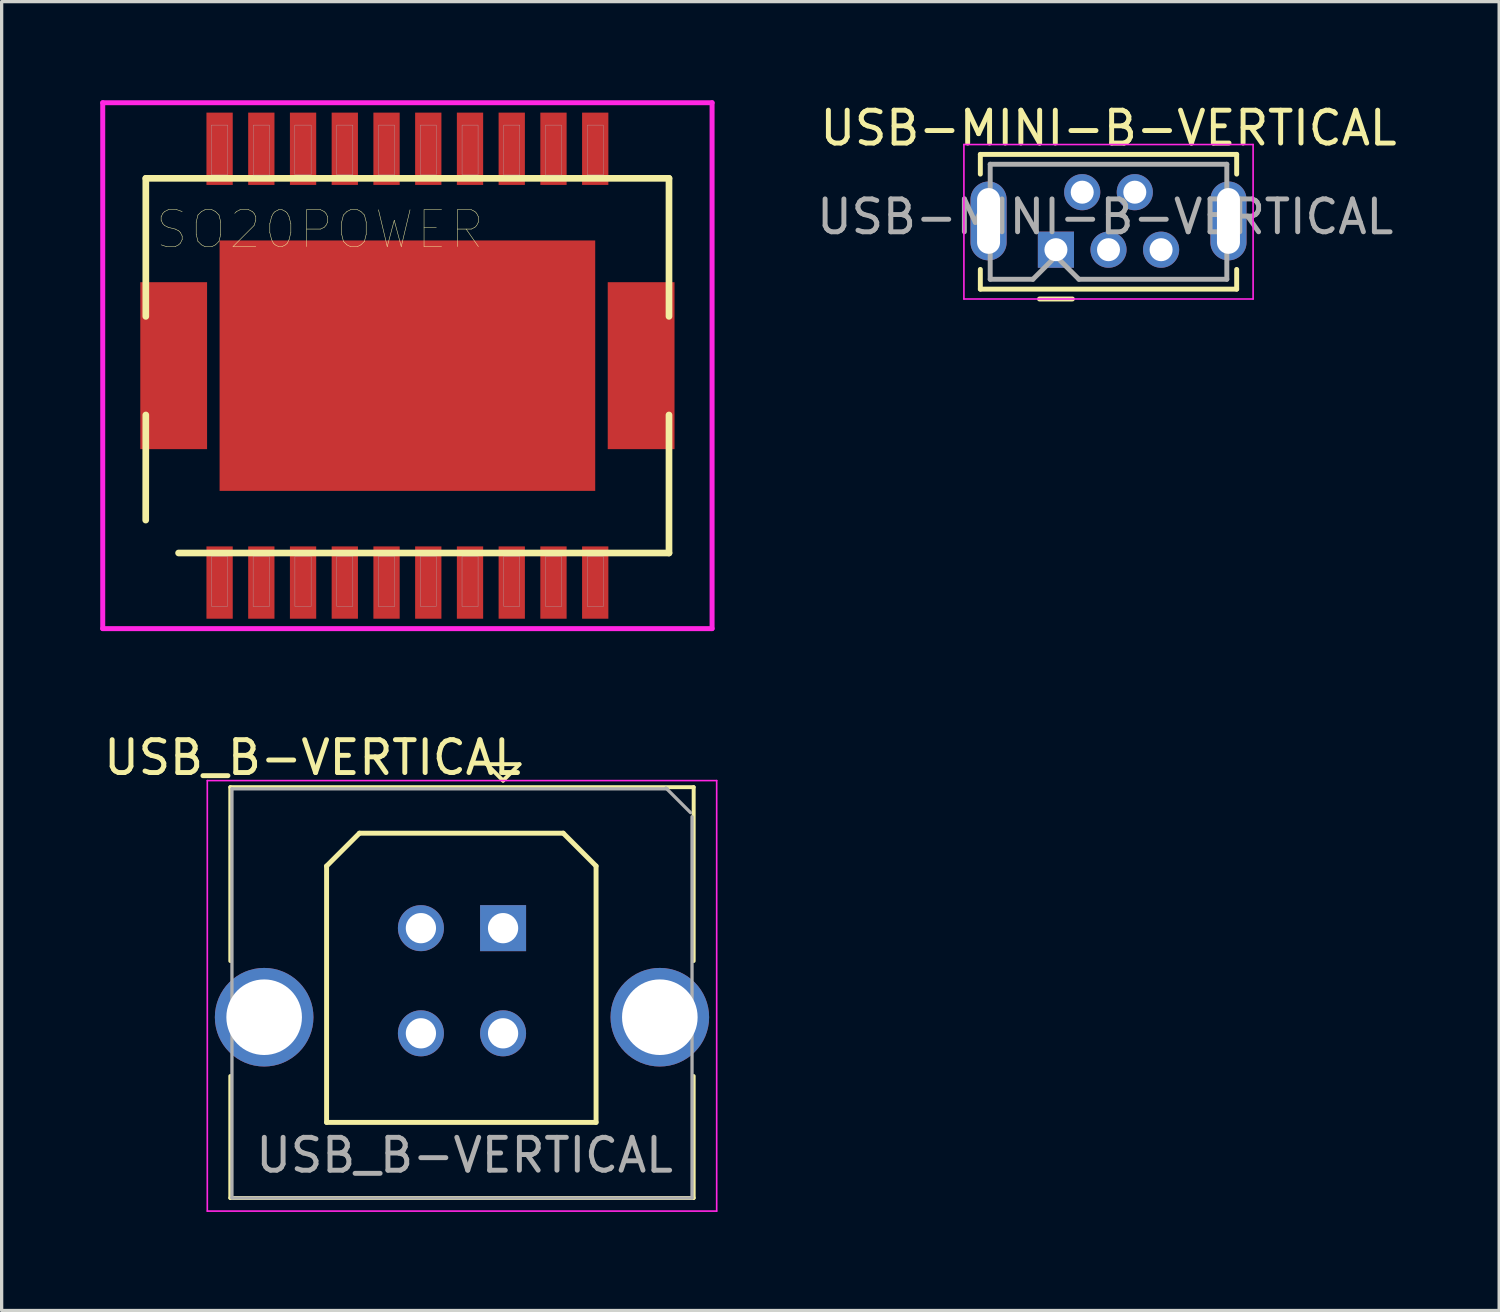
<source format=kicad_pcb>
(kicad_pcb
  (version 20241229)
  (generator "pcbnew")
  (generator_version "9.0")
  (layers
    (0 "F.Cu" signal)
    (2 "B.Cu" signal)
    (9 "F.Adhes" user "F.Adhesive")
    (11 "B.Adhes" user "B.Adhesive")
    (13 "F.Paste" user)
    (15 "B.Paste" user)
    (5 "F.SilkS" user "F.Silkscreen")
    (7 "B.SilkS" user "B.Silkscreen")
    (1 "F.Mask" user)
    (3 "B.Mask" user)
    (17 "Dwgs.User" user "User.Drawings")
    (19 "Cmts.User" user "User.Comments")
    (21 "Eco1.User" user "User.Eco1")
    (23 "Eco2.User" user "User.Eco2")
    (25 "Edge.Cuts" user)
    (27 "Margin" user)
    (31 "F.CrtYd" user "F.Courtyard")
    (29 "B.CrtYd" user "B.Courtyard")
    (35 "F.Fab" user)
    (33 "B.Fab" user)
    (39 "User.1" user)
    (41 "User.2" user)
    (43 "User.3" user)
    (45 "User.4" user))
  (footprint "USB_B-VERTICAL"
    (layer "F.Cu")
    (at 10.988 27.903)
    (property "Reference" "USB_B-VERTICAL" (at -4.53 -7.9 0) (layer "F.SilkS") (effects (font (size 1 1) (thickness 0.15))))
    (attr through_hole)
    (fp_line (start -7.03 -7) (end 7.07 -7) (stroke (width 0.12) (type solid)) (layer "F.SilkS"))
    (fp_line (start -7.03 -1.71) (end -7.03 -7) (stroke (width 0.12) (type solid)) (layer "F.SilkS"))
    (fp_line (start -7.03 5.5) (end -7.03 1.79) (stroke (width 0.12) (type solid)) (layer "F.SilkS"))
    (fp_line (start -4.1 -4.6) (end -4.1 3.2) (stroke (width 0.15) (type solid)) (layer "F.SilkS"))
    (fp_line (start -4.1 3.2) (end 4.1 3.2) (stroke (width 0.15) (type solid)) (layer "F.SilkS"))
    (fp_line (start -3.1 -5.6) (end -4.1 -4.6) (stroke (width 0.15) (type solid)) (layer "F.SilkS"))
    (fp_line (start 0.77 -7.7) (end 1.27 -7.2) (stroke (width 0.12) (type solid)) (layer "F.SilkS"))
    (fp_line (start 1.27 -7.2) (end 1.77 -7.7) (stroke (width 0.12) (type solid)) (layer "F.SilkS"))
    (fp_line (start 1.77 -7.7) (end 0.77 -7.7) (stroke (width 0.12) (type solid)) (layer "F.SilkS"))
    (fp_line (start 3.1 -5.6) (end -3.1 -5.6) (stroke (width 0.15) (type solid)) (layer "F.SilkS"))
    (fp_line (start 4.1 -4.6) (end 3.1 -5.6) (stroke (width 0.15) (type solid)) (layer "F.SilkS"))
    (fp_line (start 4.1 3.2) (end 4.1 -4.6) (stroke (width 0.15) (type solid)) (layer "F.SilkS"))
    (fp_line (start 7.07 -7) (end 7.07 -1.71) (stroke (width 0.12) (type solid)) (layer "F.SilkS"))
    (fp_line (start 7.07 1.79) (end 7.07 5.5) (stroke (width 0.12) (type solid)) (layer "F.SilkS"))
    (fp_line (start 7.07 5.5) (end -7.03 5.5) (stroke (width 0.12) (type solid)) (layer "F.SilkS"))
    (fp_line (start -7.73 -7.2) (end -7.73 5.9) (stroke (width 0.05) (type solid)) (layer "F.CrtYd"))
    (fp_line (start -7.73 -7.2) (end 7.77 -7.2) (stroke (width 0.05) (type solid)) (layer "F.CrtYd"))
    (fp_line (start 7.77 5.9) (end -7.73 5.9) (stroke (width 0.05) (type solid)) (layer "F.CrtYd"))
    (fp_line (start 7.77 5.9) (end 7.77 -7.2) (stroke (width 0.05) (type solid)) (layer "F.CrtYd"))
    (fp_line (start -6.98 -6.95) (end 6.27 -6.95) (stroke (width 0.1) (type solid)) (layer "F.Fab"))
    (fp_line (start -6.98 5.5) (end -6.98 -6.95) (stroke (width 0.1) (type solid)) (layer "F.Fab"))
    (fp_line (start 6.225 -6.975) (end 6.975 -6.225) (stroke (width 0.1) (type solid)) (layer "F.Fab"))
    (fp_line (start 7.02 -6.1) (end 7.02 5.5) (stroke (width 0.1) (type solid)) (layer "F.Fab"))
    (fp_line (start 7.02 5.5) (end -6.98 5.5) (stroke (width 0.1) (type solid)) (layer "F.Fab"))
    (fp_text user "${REFERENCE}" (at 0.1 4.2 0) (layer "F.Fab") (effects (font (size 1 1) (thickness 0.15))))
    (pad "1" thru_hole rect (at 1.27 -2.71) (size 1.4 1.4) (drill 0.92) (layers "*.Cu" "*.Mask"))
    (pad "2" thru_hole circle (at -1.23 -2.71) (size 1.4 1.4) (drill 0.92) (layers "*.Cu" "*.Mask"))
    (pad "3" thru_hole circle (at -1.23 0.49) (size 1.4 1.4) (drill 0.92) (layers "*.Cu" "*.Mask"))
    (pad "4" thru_hole circle (at 1.27 0.49) (size 1.4 1.4) (drill 0.92) (layers "*.Cu" "*.Mask"))
    (pad "5" thru_hole circle (at -6 0) (size 3 3) (drill 2.3) (layers "*.Cu" "*.Mask"))
    (pad "5" thru_hole circle (at 6.04 0) (size 3 3) (drill 2.3) (layers "*.Cu" "*.Mask")))
  (footprint "USB-MINI-B-VERTICAL"
    (layer "F.Cu")
    (at 30.681 3.673)
    (property "Reference" "USB-MINI-B-VERTICAL" (at 0 -2.825 0) (layer "F.SilkS") (effects (font (size 1 1) (thickness 0.15))))
    (attr through_hole)
    (fp_line (start -3.9 -2.025) (end 3.9 -2.025) (stroke (width 0.15) (type solid)) (layer "F.SilkS"))
    (fp_line (start -3.9 -1.425) (end -3.9 -2.025) (stroke (width 0.15) (type solid)) (layer "F.SilkS"))
    (fp_line (start -3.9 1.475) (end -3.9 2.075) (stroke (width 0.15) (type solid)) (layer "F.SilkS"))
    (fp_line (start -3.9 2.075) (end 3.9 2.075) (stroke (width 0.15) (type solid)) (layer "F.SilkS"))
    (fp_line (start -2.1 2.375) (end -1.1 2.375) (stroke (width 0.15) (type solid)) (layer "F.SilkS"))
    (fp_line (start 3.9 -2.025) (end 3.9 -1.425) (stroke (width 0.15) (type solid)) (layer "F.SilkS"))
    (fp_line (start 3.9 2.075) (end 3.9 1.475) (stroke (width 0.15) (type solid)) (layer "F.SilkS"))
    (fp_line (start -4.4 -2.325) (end -4.4 2.375) (stroke (width 0.05) (type solid)) (layer "F.CrtYd"))
    (fp_line (start -4.4 2.375) (end 4.4 2.375) (stroke (width 0.05) (type solid)) (layer "F.CrtYd"))
    (fp_line (start 4.4 -2.325) (end -4.4 -2.325) (stroke (width 0.05) (type solid)) (layer "F.CrtYd"))
    (fp_line (start 4.4 2.375) (end 4.4 -2.325) (stroke (width 0.05) (type solid)) (layer "F.CrtYd"))
    (fp_line (start -3.6 1.775) (end -3.6 -1.725) (stroke (width 0.15) (type solid)) (layer "F.Fab"))
    (fp_line (start -3.6 1.775) (end -2.3 1.775) (stroke (width 0.15) (type solid)) (layer "F.Fab"))
    (fp_line (start -2.3 1.775) (end -1.6 1.075) (stroke (width 0.15) (type solid)) (layer "F.Fab"))
    (fp_line (start -1.6 1.075) (end -0.9 1.775) (stroke (width 0.15) (type solid)) (layer "F.Fab"))
    (fp_line (start -0.9 1.775) (end 3.6 1.775) (stroke (width 0.15) (type solid)) (layer "F.Fab"))
    (fp_line (start 3.6 -1.725) (end -3.6 -1.725) (stroke (width 0.15) (type solid)) (layer "F.Fab"))
    (fp_line (start 3.6 -1.725) (end 3.6 1.775) (stroke (width 0.15) (type solid)) (layer "F.Fab"))
    (fp_text user "${REFERENCE}" (at -0.1 -0.125 0) (layer "F.Fab") (effects (font (size 1 1) (thickness 0.15))))
    (pad "1" thru_hole rect (at -1.6 0.875) (size 1.1 1.1) (drill 0.7) (layers "*.Cu" "*.Mask"))
    (pad "2" thru_hole circle (at -0.8 -0.875) (size 1.1 1.1) (drill 0.7) (layers "*.Cu" "*.Mask"))
    (pad "3" thru_hole circle (at 0 0.875) (size 1.1 1.1) (drill 0.7) (layers "*.Cu" "*.Mask"))
    (pad "4" thru_hole circle (at 0.8 -0.875) (size 1.1 1.1) (drill 0.7) (layers "*.Cu" "*.Mask"))
    (pad "5" thru_hole circle (at 1.6 0.875) (size 1.1 1.1) (drill 0.7) (layers "*.Cu" "*.Mask"))
    (pad "6" thru_hole oval (at -3.65 0) (size 1.1 2.4) (drill oval 0.7 2) (layers "*.Cu" "*.Mask"))
    (pad "6" thru_hole oval (at 3.65 0) (size 1.1 2.4) (drill oval 0.7 2) (layers "*.Cu" "*.Mask")))
  (footprint "SO20POWER"
    (layer "F.Cu")
    (at 9.347 8.077)
    (property "Reference" "SO20POWER" (at -2.667 -4.141 0) (layer "F.SilkS") (effects (font (size 1.12 1.12) (thickness 0.015))))
    (attr through_hole)
    (fp_poly (pts (xy -6.108 -2.642) (xy -5.69 -2.642) (xy -5.69 2.647) (xy -6.108 2.647)) (stroke (width 0.01) (type solid)) (fill yes) (layer "F.Mask"))
    (fp_poly (pts (xy 5.695 -2.642) (xy 6.096 -2.642) (xy 6.096 2.644) (xy 5.695 2.644)) (stroke (width 0.01) (type solid)) (fill yes) (layer "F.Mask"))
    (fp_line (start -7.963 4.699) (end -7.96 1.5) (stroke (width 0.203) (type solid)) (layer "F.SilkS"))
    (fp_line (start -7.96 -5.7) (end 7.96 -5.7) (stroke (width 0.203) (type solid)) (layer "F.SilkS"))
    (fp_line (start -7.96 -1.5) (end -7.96 -5.7) (stroke (width 0.203) (type solid)) (layer "F.SilkS"))
    (fp_line (start 7.96 -5.7) (end 7.96 -1.5) (stroke (width 0.203) (type solid)) (layer "F.SilkS"))
    (fp_line (start 7.96 1.5) (end 7.96 5.7) (stroke (width 0.203) (type solid)) (layer "F.SilkS"))
    (fp_line (start 7.96 5.7) (end -6.963 5.7) (stroke (width 0.203) (type solid)) (layer "F.SilkS"))
    (fp_line (start -9.271 -8.001) (end 9.271 -8.001) (stroke (width 0.152) (type solid)) (layer "F.CrtYd"))
    (fp_line (start -9.271 8.001) (end -9.271 -8.001) (stroke (width 0.152) (type solid)) (layer "F.CrtYd"))
    (fp_line (start 9.271 -8.001) (end 9.271 8.001) (stroke (width 0.152) (type solid)) (layer "F.CrtYd"))
    (fp_line (start 9.271 8.001) (end -9.271 8.001) (stroke (width 0.152) (type solid)) (layer "F.CrtYd"))
    (fp_poly (pts (xy -5.969 -7.32) (xy -5.47 -7.32) (xy -5.47 -5.808) (xy -5.969 -5.808)) (stroke (width 0.01) (type solid)) (fill no) (layer "F.Fab"))
    (fp_poly (pts (xy -5.962 5.8) (xy -5.47 5.8) (xy -5.47 7.322) (xy -5.962 7.322)) (stroke (width 0.01) (type solid)) (fill no) (layer "F.Fab"))
    (fp_poly (pts (xy -4.695 5.8) (xy -4.2 5.8) (xy -4.2 7.328) (xy -4.695 7.328)) (stroke (width 0.01) (type solid)) (fill no) (layer "F.Fab"))
    (fp_poly (pts (xy -4.691 -7.32) (xy -4.2 -7.32) (xy -4.2 -5.801) (xy -4.691 -5.801)) (stroke (width 0.01) (type solid)) (fill no) (layer "F.Fab"))
    (fp_poly (pts (xy -3.425 -7.32) (xy -2.93 -7.32) (xy -2.93 -5.809) (xy -3.425 -5.809)) (stroke (width 0.01) (type solid)) (fill no) (layer "F.Fab"))
    (fp_poly (pts (xy -3.423 5.8) (xy -2.93 5.8) (xy -2.93 7.326) (xy -3.423 7.326)) (stroke (width 0.01) (type solid)) (fill no) (layer "F.Fab"))
    (fp_poly (pts (xy -2.153 -7.32) (xy -1.66 -7.32) (xy -1.66 -5.809) (xy -2.153 -5.809)) (stroke (width 0.01) (type solid)) (fill no) (layer "F.Fab"))
    (fp_poly (pts (xy -2.151 5.8) (xy -1.66 5.8) (xy -1.66 7.322) (xy -2.151 7.322)) (stroke (width 0.01) (type solid)) (fill no) (layer "F.Fab"))
    (fp_poly (pts (xy -0.882 5.8) (xy -0.39 5.8) (xy -0.39 7.332) (xy -0.882 7.332)) (stroke (width 0.01) (type solid)) (fill no) (layer "F.Fab"))
    (fp_poly (pts (xy -0.881 -7.32) (xy -0.39 -7.32) (xy -0.39 -5.804) (xy -0.881 -5.804)) (stroke (width 0.01) (type solid)) (fill no) (layer "F.Fab"))
    (fp_poly (pts (xy 0.39 5.8) (xy 0.88 5.8) (xy 0.88 7.321) (xy 0.39 7.321)) (stroke (width 0.01) (type solid)) (fill no) (layer "F.Fab"))
    (fp_poly (pts (xy 0.391 -7.32) (xy 0.88 -7.32) (xy 0.88 -5.81) (xy 0.391 -5.81)) (stroke (width 0.01) (type solid)) (fill no) (layer "F.Fab"))
    (fp_poly (pts (xy 1.662 5.8) (xy 2.15 5.8) (xy 2.15 7.328) (xy 1.662 7.328)) (stroke (width 0.01) (type solid)) (fill no) (layer "F.Fab"))
    (fp_poly (pts (xy 1.663 -7.32) (xy 2.15 -7.32) (xy 2.15 -5.81) (xy 1.663 -5.81)) (stroke (width 0.01) (type solid)) (fill no) (layer "F.Fab"))
    (fp_poly (pts (xy 2.931 -7.32) (xy 3.42 -7.32) (xy 3.42 -5.802) (xy 2.931 -5.802)) (stroke (width 0.01) (type solid)) (fill no) (layer "F.Fab"))
    (fp_poly (pts (xy 2.931 5.8) (xy 3.42 5.8) (xy 3.42 7.323) (xy 2.931 7.323)) (stroke (width 0.01) (type solid)) (fill no) (layer "F.Fab"))
    (fp_poly (pts (xy 4.2 -7.32) (xy 4.69 -7.32) (xy 4.69 -5.8) (xy 4.2 -5.8)) (stroke (width 0.01) (type solid)) (fill no) (layer "F.Fab"))
    (fp_poly (pts (xy 4.206 5.8) (xy 4.69 5.8) (xy 4.69 7.33) (xy 4.206 7.33)) (stroke (width 0.01) (type solid)) (fill no) (layer "F.Fab"))
    (fp_poly (pts (xy 5.473 -7.32) (xy 5.96 -7.32) (xy 5.96 -5.804) (xy 5.473 -5.804)) (stroke (width 0.01) (type solid)) (fill no) (layer "F.Fab"))
    (fp_poly (pts (xy 5.478 5.8) (xy 5.96 5.8) (xy 5.96 7.331) (xy 5.478 7.331)) (stroke (width 0.01) (type solid)) (fill no) (layer "F.Fab"))
    (pad "1" smd rect (at -5.715 6.6) (size 0.8 2.2) (layers "F.Cu" "F.Mask" "F.Paste"))
    (pad "2" smd rect (at -4.445 6.6) (size 0.8 2.2) (layers "F.Cu" "F.Mask" "F.Paste"))
    (pad "3" smd rect (at -3.175 6.6) (size 0.8 2.2) (layers "F.Cu" "F.Mask" "F.Paste"))
    (pad "4" smd rect (at -1.905 6.6) (size 0.8 2.2) (layers "F.Cu" "F.Mask" "F.Paste"))
    (pad "5" smd rect (at -0.635 6.6) (size 0.8 2.2) (layers "F.Cu" "F.Mask" "F.Paste"))
    (pad "6" smd rect (at 0.635 6.6) (size 0.8 2.2) (layers "F.Cu" "F.Mask" "F.Paste"))
    (pad "7" smd rect (at 1.905 6.6) (size 0.8 2.2) (layers "F.Cu" "F.Mask" "F.Paste"))
    (pad "8" smd rect (at 3.175 6.6) (size 0.8 2.2) (layers "F.Cu" "F.Mask" "F.Paste"))
    (pad "9" smd rect (at 4.445 6.6) (size 0.8 2.2) (layers "F.Cu" "F.Mask" "F.Paste"))
    (pad "10" smd rect (at 5.715 6.6) (size 0.8 2.2) (layers "F.Cu" "F.Mask" "F.Paste"))
    (pad "11" smd rect (at 5.715 -6.6) (size 0.8 2.2) (layers "F.Cu" "F.Mask" "F.Paste"))
    (pad "12" smd rect (at 4.445 -6.6) (size 0.8 2.2) (layers "F.Cu" "F.Mask" "F.Paste"))
    (pad "13" smd rect (at 3.175 -6.6) (size 0.8 2.2) (layers "F.Cu" "F.Mask" "F.Paste"))
    (pad "14" smd rect (at 1.905 -6.6) (size 0.8 2.2) (layers "F.Cu" "F.Mask" "F.Paste"))
    (pad "15" smd rect (at 0.635 -6.6) (size 0.8 2.2) (layers "F.Cu" "F.Mask" "F.Paste"))
    (pad "16" smd rect (at -0.635 -6.6) (size 0.8 2.2) (layers "F.Cu" "F.Mask" "F.Paste"))
    (pad "17" smd rect (at -1.905 -6.6) (size 0.8 2.2) (layers "F.Cu" "F.Mask" "F.Paste"))
    (pad "18" smd rect (at -3.175 -6.6) (size 0.8 2.2) (layers "F.Cu" "F.Mask" "F.Paste"))
    (pad "19" smd rect (at -4.445 -6.6) (size 0.8 2.2) (layers "F.Cu" "F.Mask" "F.Paste"))
    (pad "20" smd rect (at -5.715 -6.6) (size 0.8 2.2) (layers "F.Cu" "F.Mask" "F.Paste"))
    (pad "SLUG1" smd rect (at -7.112 0) (size 2.032 5.08) (layers "F.Cu" "F.Mask" "F.Paste"))
    (pad "SLUG2" smd rect (at 0 0) (size 11.43 7.62) (layers "F.Cu" "F.Mask" "F.Paste"))
    (pad "SLUG3" smd rect (at 7.112 0) (size 2.032 5.08) (layers "F.Cu" "F.Mask" "F.Paste")))
  (gr_rect
    (start -3 -3)
    (end 42.568 36.828)
    (stroke (width 0.1) (type default))
    (fill no)
    (layer "Edge.Cuts")))
</source>
